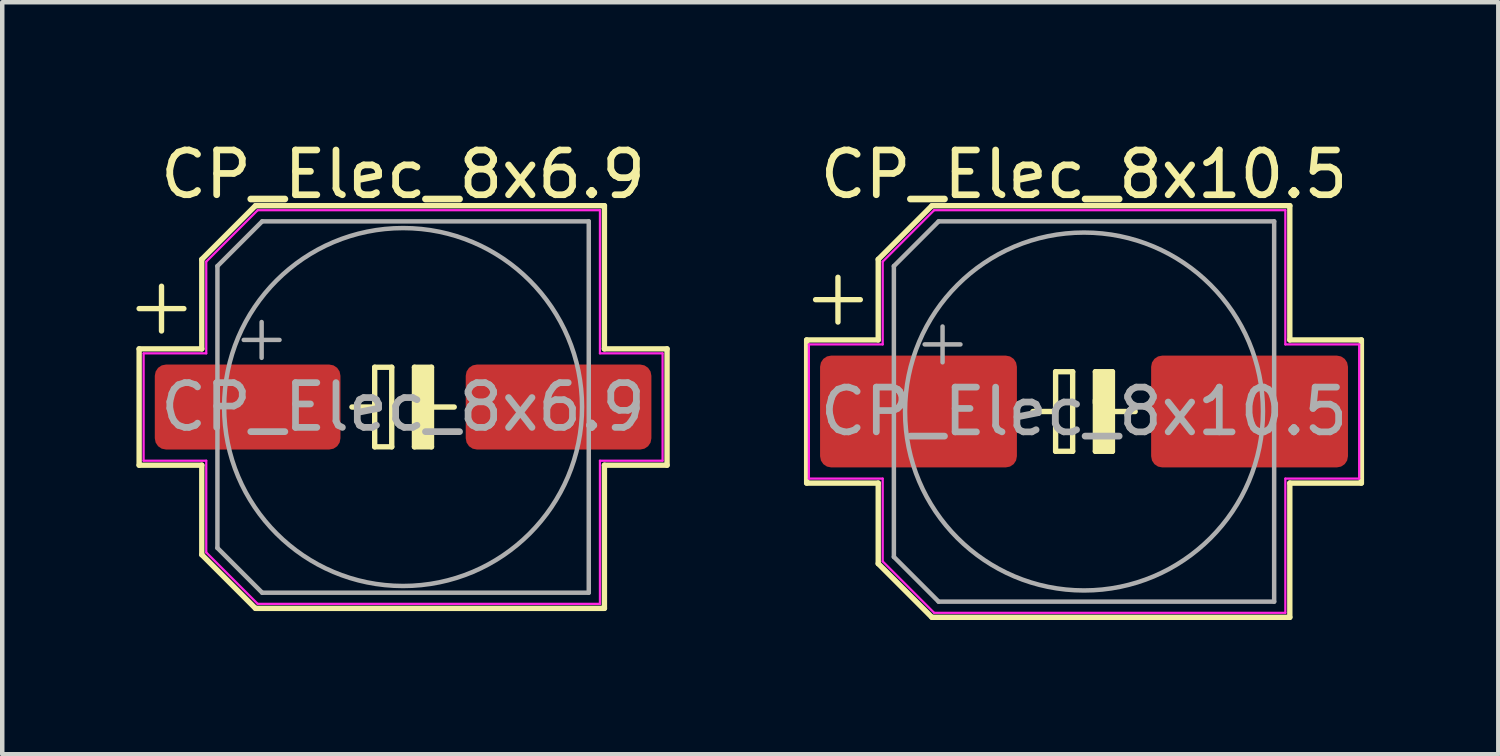
<source format=kicad_pcb>
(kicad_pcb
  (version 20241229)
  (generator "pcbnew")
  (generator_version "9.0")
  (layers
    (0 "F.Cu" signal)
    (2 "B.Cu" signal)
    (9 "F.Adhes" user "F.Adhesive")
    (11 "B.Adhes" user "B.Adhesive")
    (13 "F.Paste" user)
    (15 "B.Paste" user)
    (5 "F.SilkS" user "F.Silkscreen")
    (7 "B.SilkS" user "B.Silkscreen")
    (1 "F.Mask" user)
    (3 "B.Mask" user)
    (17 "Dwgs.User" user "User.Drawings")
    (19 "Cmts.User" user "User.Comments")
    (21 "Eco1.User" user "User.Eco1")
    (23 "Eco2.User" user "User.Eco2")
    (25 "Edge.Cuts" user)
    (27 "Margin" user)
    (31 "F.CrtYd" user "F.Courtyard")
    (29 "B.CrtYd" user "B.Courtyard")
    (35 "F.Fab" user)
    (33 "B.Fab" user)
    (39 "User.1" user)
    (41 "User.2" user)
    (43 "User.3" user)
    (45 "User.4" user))
  (footprint "CP_Elec_8x10.5"
    (layer "F.Cu")
    (at 21.18 6.148)
    (property "Reference" "CP_Elec_8x10.5" (at 0 -5.3 0) (layer "F.SilkS") (effects (font (size 1 1) (thickness 0.15))))
    (attr smd)
    (fp_line (start -6.2 -1.6) (end -6.2 1.6) (stroke (width 0.12) (type solid)) (layer "F.SilkS"))
    (fp_line (start -6.2 1.6) (end -4.6 1.6) (stroke (width 0.12) (type solid)) (layer "F.SilkS"))
    (fp_line (start -6 -2.5) (end -5 -2.5) (stroke (width 0.12) (type solid)) (layer "F.SilkS"))
    (fp_line (start -5.5 -3) (end -5.5 -2) (stroke (width 0.12) (type solid)) (layer "F.SilkS"))
    (fp_line (start -4.6 -3.4) (end -4.6 -1.6) (stroke (width 0.12) (type solid)) (layer "F.SilkS"))
    (fp_line (start -4.6 -1.6) (end -6.2 -1.6) (stroke (width 0.12) (type solid)) (layer "F.SilkS"))
    (fp_line (start -4.6 1.6) (end -4.6 3.4) (stroke (width 0.12) (type solid)) (layer "F.SilkS"))
    (fp_line (start -4.6 3.4) (end -3.4 4.6) (stroke (width 0.12) (type solid)) (layer "F.SilkS"))
    (fp_line (start -3.4 -4.6) (end -4.6 -3.4) (stroke (width 0.12) (type solid)) (layer "F.SilkS"))
    (fp_line (start -3.4 4.6) (end 4.6 4.6) (stroke (width 0.12) (type solid)) (layer "F.SilkS"))
    (fp_line (start -0.635 -0.889) (end -0.254 -0.889) (stroke (width 0.12) (type solid)) (layer "F.SilkS"))
    (fp_line (start -0.635 0) (end -1.143 0) (stroke (width 0.12) (type solid)) (layer "F.SilkS"))
    (fp_line (start -0.635 0.889) (end -0.635 -0.889) (stroke (width 0.12) (type solid)) (layer "F.SilkS"))
    (fp_line (start -0.254 -0.889) (end -0.254 0.889) (stroke (width 0.12) (type solid)) (layer "F.SilkS"))
    (fp_line (start -0.254 0.889) (end -0.635 0.889) (stroke (width 0.12) (type solid)) (layer "F.SilkS"))
    (fp_line (start 0.254 -0.889) (end 0.254 -0.191) (stroke (width 0.12) (type solid)) (layer "F.SilkS"))
    (fp_line (start 0.254 -0.889) (end 0.635 -0.889) (stroke (width 0.12) (type solid)) (layer "F.SilkS"))
    (fp_line (start 0.254 -0.254) (end 0.254 0.889) (stroke (width 0.12) (type solid)) (layer "F.SilkS"))
    (fp_line (start 0.635 0) (end 1.143 0) (stroke (width 0.12) (type solid)) (layer "F.SilkS"))
    (fp_line (start 0.635 0.889) (end 0.254 0.889) (stroke (width 0.12) (type solid)) (layer "F.SilkS"))
    (fp_line (start 0.635 0.889) (end 0.635 -0.889) (stroke (width 0.12) (type solid)) (layer "F.SilkS"))
    (fp_line (start 4.6 -4.6) (end -3.4 -4.6) (stroke (width 0.12) (type solid)) (layer "F.SilkS"))
    (fp_line (start 4.6 -1.6) (end 4.6 -4.6) (stroke (width 0.12) (type solid)) (layer "F.SilkS"))
    (fp_line (start 4.6 1.6) (end 6.2 1.6) (stroke (width 0.12) (type solid)) (layer "F.SilkS"))
    (fp_line (start 4.6 4.6) (end 4.6 1.6) (stroke (width 0.12) (type solid)) (layer "F.SilkS"))
    (fp_line (start 6.2 -1.6) (end 4.6 -1.6) (stroke (width 0.12) (type solid)) (layer "F.SilkS"))
    (fp_line (start 6.2 1.6) (end 6.2 -1.6) (stroke (width 0.12) (type solid)) (layer "F.SilkS"))
    (fp_poly (pts (xy 0.635 0.889) (xy 0.254 0.889) (xy 0.254 -0.889) (xy 0.635 -0.889)) (stroke (width 0.1) (type solid)) (fill yes) (layer "F.SilkS"))
    (fp_line (start -6.15 -1.5) (end -6.15 1.5) (stroke (width 0.05) (type solid)) (layer "F.CrtYd"))
    (fp_line (start -6.15 1.5) (end -4.5 1.5) (stroke (width 0.05) (type solid)) (layer "F.CrtYd"))
    (fp_line (start -4.5 -3.35) (end -4.5 -1.5) (stroke (width 0.05) (type solid)) (layer "F.CrtYd"))
    (fp_line (start -4.5 -3.35) (end -3.35 -4.5) (stroke (width 0.05) (type solid)) (layer "F.CrtYd"))
    (fp_line (start -4.5 -1.5) (end -6.15 -1.5) (stroke (width 0.05) (type solid)) (layer "F.CrtYd"))
    (fp_line (start -4.5 1.5) (end -4.5 3.35) (stroke (width 0.05) (type solid)) (layer "F.CrtYd"))
    (fp_line (start -4.5 3.35) (end -3.35 4.5) (stroke (width 0.05) (type solid)) (layer "F.CrtYd"))
    (fp_line (start -3.35 -4.5) (end 4.5 -4.5) (stroke (width 0.05) (type solid)) (layer "F.CrtYd"))
    (fp_line (start -3.35 4.5) (end 4.5 4.5) (stroke (width 0.05) (type solid)) (layer "F.CrtYd"))
    (fp_line (start 4.5 -4.5) (end 4.5 -1.5) (stroke (width 0.05) (type solid)) (layer "F.CrtYd"))
    (fp_line (start 4.5 -1.5) (end 6.15 -1.5) (stroke (width 0.05) (type solid)) (layer "F.CrtYd"))
    (fp_line (start 4.5 1.5) (end 4.5 4.5) (stroke (width 0.05) (type solid)) (layer "F.CrtYd"))
    (fp_line (start 6.15 -1.5) (end 6.15 1.5) (stroke (width 0.05) (type solid)) (layer "F.CrtYd"))
    (fp_line (start 6.15 1.5) (end 4.5 1.5) (stroke (width 0.05) (type solid)) (layer "F.CrtYd"))
    (fp_line (start -4.25 -3.25) (end -4.25 3.25) (stroke (width 0.1) (type solid)) (layer "F.Fab"))
    (fp_line (start -4.25 -3.25) (end -3.25 -4.25) (stroke (width 0.1) (type solid)) (layer "F.Fab"))
    (fp_line (start -4.25 3.25) (end -3.25 4.25) (stroke (width 0.1) (type solid)) (layer "F.Fab"))
    (fp_line (start -3.562 -1.5) (end -2.762 -1.5) (stroke (width 0.1) (type solid)) (layer "F.Fab"))
    (fp_line (start -3.25 -4.25) (end 4.25 -4.25) (stroke (width 0.1) (type solid)) (layer "F.Fab"))
    (fp_line (start -3.25 4.25) (end 4.25 4.25) (stroke (width 0.1) (type solid)) (layer "F.Fab"))
    (fp_line (start -3.162 -1.9) (end -3.162 -1.1) (stroke (width 0.1) (type solid)) (layer "F.Fab"))
    (fp_line (start 4.25 -4.25) (end 4.25 4.25) (stroke (width 0.1) (type solid)) (layer "F.Fab"))
    (fp_circle (center 0 0) (end 4 0) (stroke (width 0.1) (type solid)) (fill no) (layer "F.Fab"))
    (fp_text user "${REFERENCE}" (at 0 0 0) (layer "F.Fab") (effects (font (size 1 1) (thickness 0.15))))
    (pad "1" smd roundrect (at -3.7 0) (size 4.4 2.5) (layers "F.Cu" "F.Mask" "F.Paste") (roundrect_rratio 0.1))
    (pad "2" smd roundrect (at 3.7 0) (size 4.4 2.5) (layers "F.Cu" "F.Mask" "F.Paste") (roundrect_rratio 0.1)))
  (footprint "CP_Elec_8x6.9"
    (layer "F.Cu")
    (at 5.96 6.048)
    (property "Reference" "CP_Elec_8x6.9" (at 0 -5.2 0) (layer "F.SilkS") (effects (font (size 1 1) (thickness 0.15))))
    (attr smd)
    (fp_line (start -5.9 -2.2) (end -4.9 -2.2) (stroke (width 0.12) (type solid)) (layer "F.SilkS"))
    (fp_line (start -5.9 -1.3) (end -5.9 1.3) (stroke (width 0.12) (type solid)) (layer "F.SilkS"))
    (fp_line (start -5.9 1.3) (end -4.5 1.3) (stroke (width 0.12) (type solid)) (layer "F.SilkS"))
    (fp_line (start -5.4 -2.7) (end -5.4 -1.7) (stroke (width 0.12) (type solid)) (layer "F.SilkS"))
    (fp_line (start -4.5 -3.3) (end -4.5 -1.3) (stroke (width 0.12) (type solid)) (layer "F.SilkS"))
    (fp_line (start -4.5 -1.3) (end -5.9 -1.3) (stroke (width 0.12) (type solid)) (layer "F.SilkS"))
    (fp_line (start -4.5 1.3) (end -4.5 3.3) (stroke (width 0.12) (type solid)) (layer "F.SilkS"))
    (fp_line (start -4.5 3.3) (end -3.3 4.5) (stroke (width 0.12) (type solid)) (layer "F.SilkS"))
    (fp_line (start -3.3 -4.5) (end -4.5 -3.3) (stroke (width 0.12) (type solid)) (layer "F.SilkS"))
    (fp_line (start -3.3 4.5) (end 4.5 4.5) (stroke (width 0.12) (type solid)) (layer "F.SilkS"))
    (fp_line (start -0.635 -0.889) (end -0.254 -0.889) (stroke (width 0.12) (type solid)) (layer "F.SilkS"))
    (fp_line (start -0.635 0) (end -1.143 0) (stroke (width 0.12) (type solid)) (layer "F.SilkS"))
    (fp_line (start -0.635 0.889) (end -0.635 -0.889) (stroke (width 0.12) (type solid)) (layer "F.SilkS"))
    (fp_line (start -0.254 -0.889) (end -0.254 0.889) (stroke (width 0.12) (type solid)) (layer "F.SilkS"))
    (fp_line (start -0.254 0.889) (end -0.635 0.889) (stroke (width 0.12) (type solid)) (layer "F.SilkS"))
    (fp_line (start 0.254 -0.889) (end 0.254 -0.191) (stroke (width 0.12) (type solid)) (layer "F.SilkS"))
    (fp_line (start 0.254 -0.889) (end 0.635 -0.889) (stroke (width 0.12) (type solid)) (layer "F.SilkS"))
    (fp_line (start 0.254 -0.254) (end 0.254 0.889) (stroke (width 0.12) (type solid)) (layer "F.SilkS"))
    (fp_line (start 0.635 0) (end 1.143 0) (stroke (width 0.12) (type solid)) (layer "F.SilkS"))
    (fp_line (start 0.635 0.889) (end 0.254 0.889) (stroke (width 0.12) (type solid)) (layer "F.SilkS"))
    (fp_line (start 0.635 0.889) (end 0.635 -0.889) (stroke (width 0.12) (type solid)) (layer "F.SilkS"))
    (fp_line (start 4.5 -4.5) (end -3.3 -4.5) (stroke (width 0.12) (type solid)) (layer "F.SilkS"))
    (fp_line (start 4.5 -1.3) (end 4.5 -4.5) (stroke (width 0.12) (type solid)) (layer "F.SilkS"))
    (fp_line (start 4.5 1.3) (end 5.9 1.3) (stroke (width 0.12) (type solid)) (layer "F.SilkS"))
    (fp_line (start 4.5 4.5) (end 4.5 1.3) (stroke (width 0.12) (type solid)) (layer "F.SilkS"))
    (fp_line (start 5.9 -1.3) (end 4.5 -1.3) (stroke (width 0.12) (type solid)) (layer "F.SilkS"))
    (fp_line (start 5.9 1.3) (end 5.9 -1.3) (stroke (width 0.12) (type solid)) (layer "F.SilkS"))
    (fp_poly (pts (xy 0.635 0.889) (xy 0.254 0.889) (xy 0.254 -0.889) (xy 0.635 -0.889)) (stroke (width 0.1) (type solid)) (fill yes) (layer "F.SilkS"))
    (fp_line (start -5.8 -1.2) (end -5.8 1.2) (stroke (width 0.05) (type solid)) (layer "F.CrtYd"))
    (fp_line (start -5.8 1.2) (end -4.4 1.2) (stroke (width 0.05) (type solid)) (layer "F.CrtYd"))
    (fp_line (start -4.4 -3.25) (end -4.4 -1.2) (stroke (width 0.05) (type solid)) (layer "F.CrtYd"))
    (fp_line (start -4.4 -3.25) (end -3.25 -4.4) (stroke (width 0.05) (type solid)) (layer "F.CrtYd"))
    (fp_line (start -4.4 -1.2) (end -5.8 -1.2) (stroke (width 0.05) (type solid)) (layer "F.CrtYd"))
    (fp_line (start -4.4 1.2) (end -4.4 3.25) (stroke (width 0.05) (type solid)) (layer "F.CrtYd"))
    (fp_line (start -4.4 3.25) (end -3.25 4.4) (stroke (width 0.05) (type solid)) (layer "F.CrtYd"))
    (fp_line (start -3.25 -4.4) (end 4.4 -4.4) (stroke (width 0.05) (type solid)) (layer "F.CrtYd"))
    (fp_line (start -3.25 4.4) (end 4.4 4.4) (stroke (width 0.05) (type solid)) (layer "F.CrtYd"))
    (fp_line (start 4.4 -4.4) (end 4.4 -1.2) (stroke (width 0.05) (type solid)) (layer "F.CrtYd"))
    (fp_line (start 4.4 -1.2) (end 5.8 -1.2) (stroke (width 0.05) (type solid)) (layer "F.CrtYd"))
    (fp_line (start 4.4 1.2) (end 4.4 4.4) (stroke (width 0.05) (type solid)) (layer "F.CrtYd"))
    (fp_line (start 5.8 -1.2) (end 5.8 1.2) (stroke (width 0.05) (type solid)) (layer "F.CrtYd"))
    (fp_line (start 5.8 1.2) (end 4.4 1.2) (stroke (width 0.05) (type solid)) (layer "F.CrtYd"))
    (fp_line (start -4.15 -3.15) (end -4.15 3.15) (stroke (width 0.1) (type solid)) (layer "F.Fab"))
    (fp_line (start -4.15 -3.15) (end -3.15 -4.15) (stroke (width 0.1) (type solid)) (layer "F.Fab"))
    (fp_line (start -4.15 3.15) (end -3.15 4.15) (stroke (width 0.1) (type solid)) (layer "F.Fab"))
    (fp_line (start -3.562 -1.5) (end -2.762 -1.5) (stroke (width 0.1) (type solid)) (layer "F.Fab"))
    (fp_line (start -3.162 -1.9) (end -3.162 -1.1) (stroke (width 0.1) (type solid)) (layer "F.Fab"))
    (fp_line (start -3.15 -4.15) (end 4.15 -4.15) (stroke (width 0.1) (type solid)) (layer "F.Fab"))
    (fp_line (start -3.15 4.15) (end 4.15 4.15) (stroke (width 0.1) (type solid)) (layer "F.Fab"))
    (fp_line (start 4.15 -4.15) (end 4.15 4.15) (stroke (width 0.1) (type solid)) (layer "F.Fab"))
    (fp_circle (center 0 0) (end 4 0) (stroke (width 0.1) (type solid)) (fill no) (layer "F.Fab"))
    (fp_text user "${REFERENCE}" (at 0 0 0) (layer "F.Fab") (effects (font (size 1 1) (thickness 0.15))))
    (pad "1" smd roundrect (at -3.475 0) (size 4.15 1.9) (layers "F.Cu" "F.Mask" "F.Paste") (roundrect_rratio 0.132))
    (pad "2" smd roundrect (at 3.475 0) (size 4.15 1.9) (layers "F.Cu" "F.Mask" "F.Paste") (roundrect_rratio 0.132)))
  (gr_rect
    (start -3 -3)
    (end 30.44 13.808)
    (stroke (width 0.1) (type default))
    (fill no)
    (layer "Edge.Cuts")))
</source>
